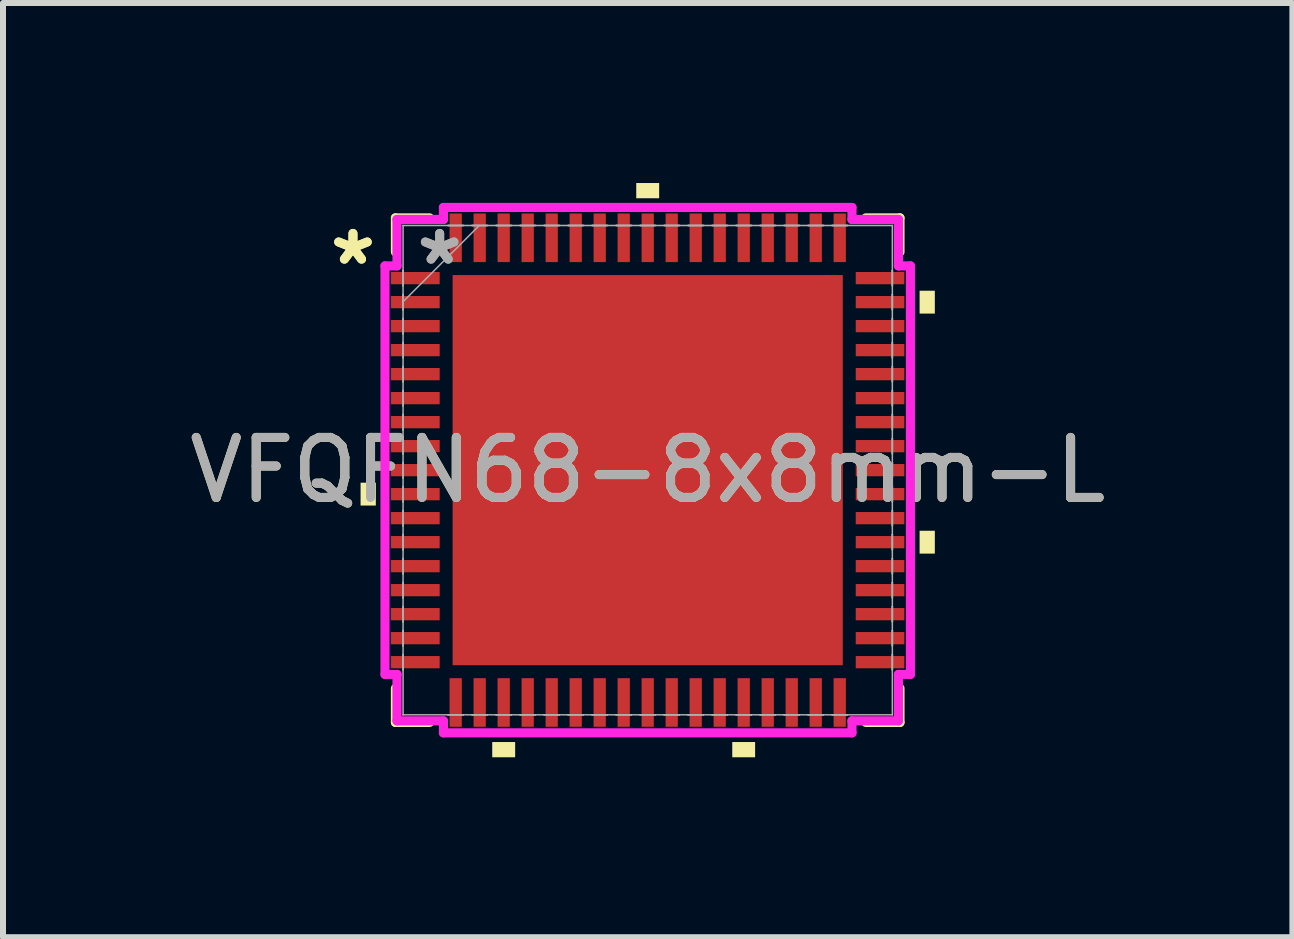
<source format=kicad_pcb>
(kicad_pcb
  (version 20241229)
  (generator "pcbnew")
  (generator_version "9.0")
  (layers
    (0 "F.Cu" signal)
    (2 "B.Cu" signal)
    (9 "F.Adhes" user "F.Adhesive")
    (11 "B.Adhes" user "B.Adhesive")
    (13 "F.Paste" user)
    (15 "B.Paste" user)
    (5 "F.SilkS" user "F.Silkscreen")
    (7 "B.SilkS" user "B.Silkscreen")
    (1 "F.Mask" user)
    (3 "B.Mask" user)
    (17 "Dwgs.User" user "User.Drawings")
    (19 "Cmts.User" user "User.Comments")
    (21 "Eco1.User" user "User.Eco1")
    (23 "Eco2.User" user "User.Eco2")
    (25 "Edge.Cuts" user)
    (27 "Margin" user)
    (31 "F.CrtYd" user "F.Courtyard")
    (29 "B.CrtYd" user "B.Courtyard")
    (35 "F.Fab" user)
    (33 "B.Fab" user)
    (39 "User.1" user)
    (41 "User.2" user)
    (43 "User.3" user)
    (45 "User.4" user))
  (footprint "VFQFN68-8x8mm-L"
    (layer "F.Cu")
    (at 7.744 4.785)
    (property "Reference" "VFQFN68-8x8mm-L" (at 0 0 0) (unlocked yes) (layer "F.SilkS") (effects (font (size 1 1) (thickness 0.15))))
    (attr smd)
    (fp_line (start -4.204 -4.204) (end -4.204 -3.635) (stroke (width 0.152) (type solid)) (layer "F.SilkS"))
    (fp_line (start -4.204 3.635) (end -4.204 4.204) (stroke (width 0.152) (type solid)) (layer "F.SilkS"))
    (fp_line (start -4.204 4.204) (end -3.635 4.204) (stroke (width 0.152) (type solid)) (layer "F.SilkS"))
    (fp_line (start -3.635 -4.204) (end -4.204 -4.204) (stroke (width 0.152) (type solid)) (layer "F.SilkS"))
    (fp_line (start 3.635 4.204) (end 4.204 4.204) (stroke (width 0.152) (type solid)) (layer "F.SilkS"))
    (fp_line (start 4.204 -4.204) (end 3.635 -4.204) (stroke (width 0.152) (type solid)) (layer "F.SilkS"))
    (fp_line (start 4.204 -3.635) (end 4.204 -4.204) (stroke (width 0.152) (type solid)) (layer "F.SilkS"))
    (fp_line (start 4.204 4.204) (end 4.204 3.635) (stroke (width 0.152) (type solid)) (layer "F.SilkS"))
    (fp_poly (pts (xy -4.785 0.209) (xy -4.785 0.59) (xy -4.531 0.59) (xy -4.531 0.209)) (stroke (width 0) (type solid)) (fill yes) (layer "F.SilkS"))
    (fp_poly (pts (xy -2.591 4.531) (xy -2.591 4.785) (xy -2.209 4.785) (xy -2.209 4.531)) (stroke (width 0) (type solid)) (fill yes) (layer "F.SilkS"))
    (fp_poly (pts (xy -0.191 -4.531) (xy -0.191 -4.785) (xy 0.191 -4.785) (xy 0.191 -4.531)) (stroke (width 0) (type solid)) (fill yes) (layer "F.SilkS"))
    (fp_poly (pts (xy 1.409 4.531) (xy 1.409 4.785) (xy 1.79 4.785) (xy 1.79 4.531)) (stroke (width 0) (type solid)) (fill yes) (layer "F.SilkS"))
    (fp_poly (pts (xy 4.785 -2.99) (xy 4.785 -2.609) (xy 4.531 -2.609) (xy 4.531 -2.99)) (stroke (width 0) (type solid)) (fill yes) (layer "F.SilkS"))
    (fp_poly (pts (xy 4.785 1.01) (xy 4.785 1.391) (xy 4.531 1.391) (xy 4.531 1.01)) (stroke (width 0) (type solid)) (fill yes) (layer "F.SilkS"))
    (fp_poly (pts (xy -3.151 -3.151) (xy -3.151 -2.051) (xy -2.051 -2.051) (xy -2.051 -3.151)) (stroke (width 0) (type solid)) (fill yes) (layer "F.Paste"))
    (fp_poly (pts (xy -3.151 -1.851) (xy -3.151 -0.75) (xy -2.051 -0.75) (xy -2.051 -1.851)) (stroke (width 0) (type solid)) (fill yes) (layer "F.Paste"))
    (fp_poly (pts (xy -3.151 -0.55) (xy -3.151 0.55) (xy -2.051 0.55) (xy -2.051 -0.55)) (stroke (width 0) (type solid)) (fill yes) (layer "F.Paste"))
    (fp_poly (pts (xy -3.151 0.75) (xy -3.151 1.851) (xy -2.051 1.851) (xy -2.051 0.75)) (stroke (width 0) (type solid)) (fill yes) (layer "F.Paste"))
    (fp_poly (pts (xy -3.151 2.051) (xy -3.151 3.151) (xy -2.051 3.151) (xy -2.051 2.051)) (stroke (width 0) (type solid)) (fill yes) (layer "F.Paste"))
    (fp_poly (pts (xy -1.851 -3.151) (xy -1.851 -2.051) (xy -0.75 -2.051) (xy -0.75 -3.151)) (stroke (width 0) (type solid)) (fill yes) (layer "F.Paste"))
    (fp_poly (pts (xy -1.851 -1.851) (xy -1.851 -0.75) (xy -0.75 -0.75) (xy -0.75 -1.851)) (stroke (width 0) (type solid)) (fill yes) (layer "F.Paste"))
    (fp_poly (pts (xy -1.851 -0.55) (xy -1.851 0.55) (xy -0.75 0.55) (xy -0.75 -0.55)) (stroke (width 0) (type solid)) (fill yes) (layer "F.Paste"))
    (fp_poly (pts (xy -1.851 0.75) (xy -1.851 1.851) (xy -0.75 1.851) (xy -0.75 0.75)) (stroke (width 0) (type solid)) (fill yes) (layer "F.Paste"))
    (fp_poly (pts (xy -1.851 2.051) (xy -1.851 3.151) (xy -0.75 3.151) (xy -0.75 2.051)) (stroke (width 0) (type solid)) (fill yes) (layer "F.Paste"))
    (fp_poly (pts (xy -0.55 -3.151) (xy -0.55 -2.051) (xy 0.55 -2.051) (xy 0.55 -3.151)) (stroke (width 0) (type solid)) (fill yes) (layer "F.Paste"))
    (fp_poly (pts (xy -0.55 -1.851) (xy -0.55 -0.75) (xy 0.55 -0.75) (xy 0.55 -1.851)) (stroke (width 0) (type solid)) (fill yes) (layer "F.Paste"))
    (fp_poly (pts (xy -0.55 -0.55) (xy -0.55 0.55) (xy 0.55 0.55) (xy 0.55 -0.55)) (stroke (width 0) (type solid)) (fill yes) (layer "F.Paste"))
    (fp_poly (pts (xy -0.55 0.75) (xy -0.55 1.851) (xy 0.55 1.851) (xy 0.55 0.75)) (stroke (width 0) (type solid)) (fill yes) (layer "F.Paste"))
    (fp_poly (pts (xy -0.55 2.051) (xy -0.55 3.151) (xy 0.55 3.151) (xy 0.55 2.051)) (stroke (width 0) (type solid)) (fill yes) (layer "F.Paste"))
    (fp_poly (pts (xy 0.75 -3.151) (xy 0.75 -2.051) (xy 1.851 -2.051) (xy 1.851 -3.151)) (stroke (width 0) (type solid)) (fill yes) (layer "F.Paste"))
    (fp_poly (pts (xy 0.75 -1.851) (xy 0.75 -0.75) (xy 1.851 -0.75) (xy 1.851 -1.851)) (stroke (width 0) (type solid)) (fill yes) (layer "F.Paste"))
    (fp_poly (pts (xy 0.75 -0.55) (xy 0.75 0.55) (xy 1.851 0.55) (xy 1.851 -0.55)) (stroke (width 0) (type solid)) (fill yes) (layer "F.Paste"))
    (fp_poly (pts (xy 0.75 0.75) (xy 0.75 1.851) (xy 1.851 1.851) (xy 1.851 0.75)) (stroke (width 0) (type solid)) (fill yes) (layer "F.Paste"))
    (fp_poly (pts (xy 0.75 2.051) (xy 0.75 3.151) (xy 1.851 3.151) (xy 1.851 2.051)) (stroke (width 0) (type solid)) (fill yes) (layer "F.Paste"))
    (fp_poly (pts (xy 2.051 -3.151) (xy 2.051 -2.051) (xy 3.151 -2.051) (xy 3.151 -3.151)) (stroke (width 0) (type solid)) (fill yes) (layer "F.Paste"))
    (fp_poly (pts (xy 2.051 -1.851) (xy 2.051 -0.75) (xy 3.151 -0.75) (xy 3.151 -1.851)) (stroke (width 0) (type solid)) (fill yes) (layer "F.Paste"))
    (fp_poly (pts (xy 2.051 -0.55) (xy 2.051 0.55) (xy 3.151 0.55) (xy 3.151 -0.55)) (stroke (width 0) (type solid)) (fill yes) (layer "F.Paste"))
    (fp_poly (pts (xy 2.051 0.75) (xy 2.051 1.851) (xy 3.151 1.851) (xy 3.151 0.75)) (stroke (width 0) (type solid)) (fill yes) (layer "F.Paste"))
    (fp_poly (pts (xy 2.051 2.051) (xy 2.051 3.151) (xy 3.151 3.151) (xy 3.151 2.051)) (stroke (width 0) (type solid)) (fill yes) (layer "F.Paste"))
    (fp_line (start -4.378 -3.404) (end -4.178 -3.404) (stroke (width 0.152) (type solid)) (layer "F.CrtYd"))
    (fp_line (start -4.378 3.404) (end -4.378 -3.404) (stroke (width 0.152) (type solid)) (layer "F.CrtYd"))
    (fp_line (start -4.178 -4.178) (end -3.404 -4.178) (stroke (width 0.152) (type solid)) (layer "F.CrtYd"))
    (fp_line (start -4.178 -3.404) (end -4.178 -4.178) (stroke (width 0.152) (type solid)) (layer "F.CrtYd"))
    (fp_line (start -4.178 3.404) (end -4.378 3.404) (stroke (width 0.152) (type solid)) (layer "F.CrtYd"))
    (fp_line (start -4.178 4.178) (end -4.178 3.404) (stroke (width 0.152) (type solid)) (layer "F.CrtYd"))
    (fp_line (start -3.404 -4.378) (end 3.404 -4.378) (stroke (width 0.152) (type solid)) (layer "F.CrtYd"))
    (fp_line (start -3.404 -4.178) (end -3.404 -4.378) (stroke (width 0.152) (type solid)) (layer "F.CrtYd"))
    (fp_line (start -3.404 4.178) (end -4.178 4.178) (stroke (width 0.152) (type solid)) (layer "F.CrtYd"))
    (fp_line (start -3.404 4.378) (end -3.404 4.178) (stroke (width 0.152) (type solid)) (layer "F.CrtYd"))
    (fp_line (start 3.404 -4.378) (end 3.404 -4.178) (stroke (width 0.152) (type solid)) (layer "F.CrtYd"))
    (fp_line (start 3.404 -4.178) (end 4.178 -4.178) (stroke (width 0.152) (type solid)) (layer "F.CrtYd"))
    (fp_line (start 3.404 4.178) (end 3.404 4.378) (stroke (width 0.152) (type solid)) (layer "F.CrtYd"))
    (fp_line (start 3.404 4.378) (end -3.404 4.378) (stroke (width 0.152) (type solid)) (layer "F.CrtYd"))
    (fp_line (start 4.178 -4.178) (end 4.178 -3.404) (stroke (width 0.152) (type solid)) (layer "F.CrtYd"))
    (fp_line (start 4.178 -3.404) (end 4.378 -3.404) (stroke (width 0.152) (type solid)) (layer "F.CrtYd"))
    (fp_line (start 4.178 3.404) (end 4.178 4.178) (stroke (width 0.152) (type solid)) (layer "F.CrtYd"))
    (fp_line (start 4.178 4.178) (end 3.404 4.178) (stroke (width 0.152) (type solid)) (layer "F.CrtYd"))
    (fp_line (start 4.378 -3.404) (end 4.378 3.404) (stroke (width 0.152) (type solid)) (layer "F.CrtYd"))
    (fp_line (start 4.378 3.404) (end 4.178 3.404) (stroke (width 0.152) (type solid)) (layer "F.CrtYd"))
    (fp_line (start -4.077 -4.077) (end -4.077 -4.077) (stroke (width 0.025) (type solid)) (layer "F.Fab"))
    (fp_line (start -4.077 -4.077) (end -4.077 4.077) (stroke (width 0.025) (type solid)) (layer "F.Fab"))
    (fp_line (start -4.077 -3.327) (end -4.077 -3.327) (stroke (width 0.025) (type solid)) (layer "F.Fab"))
    (fp_line (start -4.077 -3.327) (end -4.077 -3.073) (stroke (width 0.025) (type solid)) (layer "F.Fab"))
    (fp_line (start -4.077 -3.073) (end -4.077 -3.327) (stroke (width 0.025) (type solid)) (layer "F.Fab"))
    (fp_line (start -4.077 -3.073) (end -4.077 -3.073) (stroke (width 0.025) (type solid)) (layer "F.Fab"))
    (fp_line (start -4.077 -2.927) (end -4.077 -2.927) (stroke (width 0.025) (type solid)) (layer "F.Fab"))
    (fp_line (start -4.077 -2.927) (end -4.077 -2.673) (stroke (width 0.025) (type solid)) (layer "F.Fab"))
    (fp_line (start -4.077 -2.807) (end -2.807 -4.077) (stroke (width 0.025) (type solid)) (layer "F.Fab"))
    (fp_line (start -4.077 -2.673) (end -4.077 -2.927) (stroke (width 0.025) (type solid)) (layer "F.Fab"))
    (fp_line (start -4.077 -2.673) (end -4.077 -2.673) (stroke (width 0.025) (type solid)) (layer "F.Fab"))
    (fp_line (start -4.077 -2.527) (end -4.077 -2.527) (stroke (width 0.025) (type solid)) (layer "F.Fab"))
    (fp_line (start -4.077 -2.527) (end -4.077 -2.273) (stroke (width 0.025) (type solid)) (layer "F.Fab"))
    (fp_line (start -4.077 -2.273) (end -4.077 -2.527) (stroke (width 0.025) (type solid)) (layer "F.Fab"))
    (fp_line (start -4.077 -2.273) (end -4.077 -2.273) (stroke (width 0.025) (type solid)) (layer "F.Fab"))
    (fp_line (start -4.077 -2.127) (end -4.077 -2.127) (stroke (width 0.025) (type solid)) (layer "F.Fab"))
    (fp_line (start -4.077 -2.127) (end -4.077 -1.873) (stroke (width 0.025) (type solid)) (layer "F.Fab"))
    (fp_line (start -4.077 -1.873) (end -4.077 -2.127) (stroke (width 0.025) (type solid)) (layer "F.Fab"))
    (fp_line (start -4.077 -1.873) (end -4.077 -1.873) (stroke (width 0.025) (type solid)) (layer "F.Fab"))
    (fp_line (start -4.077 -1.727) (end -4.077 -1.727) (stroke (width 0.025) (type solid)) (layer "F.Fab"))
    (fp_line (start -4.077 -1.727) (end -4.077 -1.473) (stroke (width 0.025) (type solid)) (layer "F.Fab"))
    (fp_line (start -4.077 -1.473) (end -4.077 -1.727) (stroke (width 0.025) (type solid)) (layer "F.Fab"))
    (fp_line (start -4.077 -1.473) (end -4.077 -1.473) (stroke (width 0.025) (type solid)) (layer "F.Fab"))
    (fp_line (start -4.077 -1.327) (end -4.077 -1.327) (stroke (width 0.025) (type solid)) (layer "F.Fab"))
    (fp_line (start -4.077 -1.327) (end -4.077 -1.073) (stroke (width 0.025) (type solid)) (layer "F.Fab"))
    (fp_line (start -4.077 -1.073) (end -4.077 -1.327) (stroke (width 0.025) (type solid)) (layer "F.Fab"))
    (fp_line (start -4.077 -1.073) (end -4.077 -1.073) (stroke (width 0.025) (type solid)) (layer "F.Fab"))
    (fp_line (start -4.077 -0.927) (end -4.077 -0.927) (stroke (width 0.025) (type solid)) (layer "F.Fab"))
    (fp_line (start -4.077 -0.927) (end -4.077 -0.673) (stroke (width 0.025) (type solid)) (layer "F.Fab"))
    (fp_line (start -4.077 -0.673) (end -4.077 -0.927) (stroke (width 0.025) (type solid)) (layer "F.Fab"))
    (fp_line (start -4.077 -0.673) (end -4.077 -0.673) (stroke (width 0.025) (type solid)) (layer "F.Fab"))
    (fp_line (start -4.077 -0.527) (end -4.077 -0.527) (stroke (width 0.025) (type solid)) (layer "F.Fab"))
    (fp_line (start -4.077 -0.527) (end -4.077 -0.273) (stroke (width 0.025) (type solid)) (layer "F.Fab"))
    (fp_line (start -4.077 -0.273) (end -4.077 -0.527) (stroke (width 0.025) (type solid)) (layer "F.Fab"))
    (fp_line (start -4.077 -0.273) (end -4.077 -0.273) (stroke (width 0.025) (type solid)) (layer "F.Fab"))
    (fp_line (start -4.077 -0.127) (end -4.077 -0.127) (stroke (width 0.025) (type solid)) (layer "F.Fab"))
    (fp_line (start -4.077 -0.127) (end -4.077 0.127) (stroke (width 0.025) (type solid)) (layer "F.Fab"))
    (fp_line (start -4.077 0.127) (end -4.077 -0.127) (stroke (width 0.025) (type solid)) (layer "F.Fab"))
    (fp_line (start -4.077 0.127) (end -4.077 0.127) (stroke (width 0.025) (type solid)) (layer "F.Fab"))
    (fp_line (start -4.077 0.273) (end -4.077 0.273) (stroke (width 0.025) (type solid)) (layer "F.Fab"))
    (fp_line (start -4.077 0.273) (end -4.077 0.527) (stroke (width 0.025) (type solid)) (layer "F.Fab"))
    (fp_line (start -4.077 0.527) (end -4.077 0.273) (stroke (width 0.025) (type solid)) (layer "F.Fab"))
    (fp_line (start -4.077 0.527) (end -4.077 0.527) (stroke (width 0.025) (type solid)) (layer "F.Fab"))
    (fp_line (start -4.077 0.673) (end -4.077 0.673) (stroke (width 0.025) (type solid)) (layer "F.Fab"))
    (fp_line (start -4.077 0.673) (end -4.077 0.927) (stroke (width 0.025) (type solid)) (layer "F.Fab"))
    (fp_line (start -4.077 0.927) (end -4.077 0.673) (stroke (width 0.025) (type solid)) (layer "F.Fab"))
    (fp_line (start -4.077 0.927) (end -4.077 0.927) (stroke (width 0.025) (type solid)) (layer "F.Fab"))
    (fp_line (start -4.077 1.073) (end -4.077 1.073) (stroke (width 0.025) (type solid)) (layer "F.Fab"))
    (fp_line (start -4.077 1.073) (end -4.077 1.327) (stroke (width 0.025) (type solid)) (layer "F.Fab"))
    (fp_line (start -4.077 1.327) (end -4.077 1.073) (stroke (width 0.025) (type solid)) (layer "F.Fab"))
    (fp_line (start -4.077 1.327) (end -4.077 1.327) (stroke (width 0.025) (type solid)) (layer "F.Fab"))
    (fp_line (start -4.077 1.473) (end -4.077 1.473) (stroke (width 0.025) (type solid)) (layer "F.Fab"))
    (fp_line (start -4.077 1.473) (end -4.077 1.727) (stroke (width 0.025) (type solid)) (layer "F.Fab"))
    (fp_line (start -4.077 1.727) (end -4.077 1.473) (stroke (width 0.025) (type solid)) (layer "F.Fab"))
    (fp_line (start -4.077 1.727) (end -4.077 1.727) (stroke (width 0.025) (type solid)) (layer "F.Fab"))
    (fp_line (start -4.077 1.873) (end -4.077 1.873) (stroke (width 0.025) (type solid)) (layer "F.Fab"))
    (fp_line (start -4.077 1.873) (end -4.077 2.127) (stroke (width 0.025) (type solid)) (layer "F.Fab"))
    (fp_line (start -4.077 2.127) (end -4.077 1.873) (stroke (width 0.025) (type solid)) (layer "F.Fab"))
    (fp_line (start -4.077 2.127) (end -4.077 2.127) (stroke (width 0.025) (type solid)) (layer "F.Fab"))
    (fp_line (start -4.077 2.273) (end -4.077 2.273) (stroke (width 0.025) (type solid)) (layer "F.Fab"))
    (fp_line (start -4.077 2.273) (end -4.077 2.527) (stroke (width 0.025) (type solid)) (layer "F.Fab"))
    (fp_line (start -4.077 2.527) (end -4.077 2.273) (stroke (width 0.025) (type solid)) (layer "F.Fab"))
    (fp_line (start -4.077 2.527) (end -4.077 2.527) (stroke (width 0.025) (type solid)) (layer "F.Fab"))
    (fp_line (start -4.077 2.673) (end -4.077 2.673) (stroke (width 0.025) (type solid)) (layer "F.Fab"))
    (fp_line (start -4.077 2.673) (end -4.077 2.927) (stroke (width 0.025) (type solid)) (layer "F.Fab"))
    (fp_line (start -4.077 2.927) (end -4.077 2.673) (stroke (width 0.025) (type solid)) (layer "F.Fab"))
    (fp_line (start -4.077 2.927) (end -4.077 2.927) (stroke (width 0.025) (type solid)) (layer "F.Fab"))
    (fp_line (start -4.077 3.073) (end -4.077 3.073) (stroke (width 0.025) (type solid)) (layer "F.Fab"))
    (fp_line (start -4.077 3.073) (end -4.077 3.327) (stroke (width 0.025) (type solid)) (layer "F.Fab"))
    (fp_line (start -4.077 3.327) (end -4.077 3.073) (stroke (width 0.025) (type solid)) (layer "F.Fab"))
    (fp_line (start -4.077 3.327) (end -4.077 3.327) (stroke (width 0.025) (type solid)) (layer "F.Fab"))
    (fp_line (start -4.077 4.077) (end -4.077 4.077) (stroke (width 0.025) (type solid)) (layer "F.Fab"))
    (fp_line (start -4.077 4.077) (end 4.077 4.077) (stroke (width 0.025) (type solid)) (layer "F.Fab"))
    (fp_line (start -3.327 -4.077) (end -3.327 -4.077) (stroke (width 0.025) (type solid)) (layer "F.Fab"))
    (fp_line (start -3.327 -4.077) (end -3.073 -4.077) (stroke (width 0.025) (type solid)) (layer "F.Fab"))
    (fp_line (start -3.327 4.077) (end -3.327 4.077) (stroke (width 0.025) (type solid)) (layer "F.Fab"))
    (fp_line (start -3.327 4.077) (end -3.073 4.077) (stroke (width 0.025) (type solid)) (layer "F.Fab"))
    (fp_line (start -3.073 -4.077) (end -3.327 -4.077) (stroke (width 0.025) (type solid)) (layer "F.Fab"))
    (fp_line (start -3.073 -4.077) (end -3.073 -4.077) (stroke (width 0.025) (type solid)) (layer "F.Fab"))
    (fp_line (start -3.073 4.077) (end -3.327 4.077) (stroke (width 0.025) (type solid)) (layer "F.Fab"))
    (fp_line (start -3.073 4.077) (end -3.073 4.077) (stroke (width 0.025) (type solid)) (layer "F.Fab"))
    (fp_line (start -2.927 -4.077) (end -2.927 -4.077) (stroke (width 0.025) (type solid)) (layer "F.Fab"))
    (fp_line (start -2.927 -4.077) (end -2.673 -4.077) (stroke (width 0.025) (type solid)) (layer "F.Fab"))
    (fp_line (start -2.927 4.077) (end -2.927 4.077) (stroke (width 0.025) (type solid)) (layer "F.Fab"))
    (fp_line (start -2.927 4.077) (end -2.673 4.077) (stroke (width 0.025) (type solid)) (layer "F.Fab"))
    (fp_line (start -2.673 -4.077) (end -2.927 -4.077) (stroke (width 0.025) (type solid)) (layer "F.Fab"))
    (fp_line (start -2.673 -4.077) (end -2.673 -4.077) (stroke (width 0.025) (type solid)) (layer "F.Fab"))
    (fp_line (start -2.673 4.077) (end -2.927 4.077) (stroke (width 0.025) (type solid)) (layer "F.Fab"))
    (fp_line (start -2.673 4.077) (end -2.673 4.077) (stroke (width 0.025) (type solid)) (layer "F.Fab"))
    (fp_line (start -2.527 -4.077) (end -2.527 -4.077) (stroke (width 0.025) (type solid)) (layer "F.Fab"))
    (fp_line (start -2.527 -4.077) (end -2.273 -4.077) (stroke (width 0.025) (type solid)) (layer "F.Fab"))
    (fp_line (start -2.527 4.077) (end -2.527 4.077) (stroke (width 0.025) (type solid)) (layer "F.Fab"))
    (fp_line (start -2.527 4.077) (end -2.273 4.077) (stroke (width 0.025) (type solid)) (layer "F.Fab"))
    (fp_line (start -2.273 -4.077) (end -2.527 -4.077) (stroke (width 0.025) (type solid)) (layer "F.Fab"))
    (fp_line (start -2.273 -4.077) (end -2.273 -4.077) (stroke (width 0.025) (type solid)) (layer "F.Fab"))
    (fp_line (start -2.273 4.077) (end -2.527 4.077) (stroke (width 0.025) (type solid)) (layer "F.Fab"))
    (fp_line (start -2.273 4.077) (end -2.273 4.077) (stroke (width 0.025) (type solid)) (layer "F.Fab"))
    (fp_line (start -2.127 -4.077) (end -2.127 -4.077) (stroke (width 0.025) (type solid)) (layer "F.Fab"))
    (fp_line (start -2.127 -4.077) (end -1.873 -4.077) (stroke (width 0.025) (type solid)) (layer "F.Fab"))
    (fp_line (start -2.127 4.077) (end -2.127 4.077) (stroke (width 0.025) (type solid)) (layer "F.Fab"))
    (fp_line (start -2.127 4.077) (end -1.873 4.077) (stroke (width 0.025) (type solid)) (layer "F.Fab"))
    (fp_line (start -1.873 -4.077) (end -2.127 -4.077) (stroke (width 0.025) (type solid)) (layer "F.Fab"))
    (fp_line (start -1.873 -4.077) (end -1.873 -4.077) (stroke (width 0.025) (type solid)) (layer "F.Fab"))
    (fp_line (start -1.873 4.077) (end -2.127 4.077) (stroke (width 0.025) (type solid)) (layer "F.Fab"))
    (fp_line (start -1.873 4.077) (end -1.873 4.077) (stroke (width 0.025) (type solid)) (layer "F.Fab"))
    (fp_line (start -1.727 -4.077) (end -1.727 -4.077) (stroke (width 0.025) (type solid)) (layer "F.Fab"))
    (fp_line (start -1.727 -4.077) (end -1.473 -4.077) (stroke (width 0.025) (type solid)) (layer "F.Fab"))
    (fp_line (start -1.727 4.077) (end -1.727 4.077) (stroke (width 0.025) (type solid)) (layer "F.Fab"))
    (fp_line (start -1.727 4.077) (end -1.473 4.077) (stroke (width 0.025) (type solid)) (layer "F.Fab"))
    (fp_line (start -1.473 -4.077) (end -1.727 -4.077) (stroke (width 0.025) (type solid)) (layer "F.Fab"))
    (fp_line (start -1.473 -4.077) (end -1.473 -4.077) (stroke (width 0.025) (type solid)) (layer "F.Fab"))
    (fp_line (start -1.473 4.077) (end -1.727 4.077) (stroke (width 0.025) (type solid)) (layer "F.Fab"))
    (fp_line (start -1.473 4.077) (end -1.473 4.077) (stroke (width 0.025) (type solid)) (layer "F.Fab"))
    (fp_line (start -1.327 -4.077) (end -1.327 -4.077) (stroke (width 0.025) (type solid)) (layer "F.Fab"))
    (fp_line (start -1.327 -4.077) (end -1.073 -4.077) (stroke (width 0.025) (type solid)) (layer "F.Fab"))
    (fp_line (start -1.327 4.077) (end -1.327 4.077) (stroke (width 0.025) (type solid)) (layer "F.Fab"))
    (fp_line (start -1.327 4.077) (end -1.073 4.077) (stroke (width 0.025) (type solid)) (layer "F.Fab"))
    (fp_line (start -1.073 -4.077) (end -1.327 -4.077) (stroke (width 0.025) (type solid)) (layer "F.Fab"))
    (fp_line (start -1.073 -4.077) (end -1.073 -4.077) (stroke (width 0.025) (type solid)) (layer "F.Fab"))
    (fp_line (start -1.073 4.077) (end -1.327 4.077) (stroke (width 0.025) (type solid)) (layer "F.Fab"))
    (fp_line (start -1.073 4.077) (end -1.073 4.077) (stroke (width 0.025) (type solid)) (layer "F.Fab"))
    (fp_line (start -0.927 -4.077) (end -0.927 -4.077) (stroke (width 0.025) (type solid)) (layer "F.Fab"))
    (fp_line (start -0.927 -4.077) (end -0.673 -4.077) (stroke (width 0.025) (type solid)) (layer "F.Fab"))
    (fp_line (start -0.927 4.077) (end -0.927 4.077) (stroke (width 0.025) (type solid)) (layer "F.Fab"))
    (fp_line (start -0.927 4.077) (end -0.673 4.077) (stroke (width 0.025) (type solid)) (layer "F.Fab"))
    (fp_line (start -0.673 -4.077) (end -0.927 -4.077) (stroke (width 0.025) (type solid)) (layer "F.Fab"))
    (fp_line (start -0.673 -4.077) (end -0.673 -4.077) (stroke (width 0.025) (type solid)) (layer "F.Fab"))
    (fp_line (start -0.673 4.077) (end -0.927 4.077) (stroke (width 0.025) (type solid)) (layer "F.Fab"))
    (fp_line (start -0.673 4.077) (end -0.673 4.077) (stroke (width 0.025) (type solid)) (layer "F.Fab"))
    (fp_line (start -0.527 -4.077) (end -0.527 -4.077) (stroke (width 0.025) (type solid)) (layer "F.Fab"))
    (fp_line (start -0.527 -4.077) (end -0.273 -4.077) (stroke (width 0.025) (type solid)) (layer "F.Fab"))
    (fp_line (start -0.527 4.077) (end -0.527 4.077) (stroke (width 0.025) (type solid)) (layer "F.Fab"))
    (fp_line (start -0.527 4.077) (end -0.273 4.077) (stroke (width 0.025) (type solid)) (layer "F.Fab"))
    (fp_line (start -0.273 -4.077) (end -0.527 -4.077) (stroke (width 0.025) (type solid)) (layer "F.Fab"))
    (fp_line (start -0.273 -4.077) (end -0.273 -4.077) (stroke (width 0.025) (type solid)) (layer "F.Fab"))
    (fp_line (start -0.273 4.077) (end -0.527 4.077) (stroke (width 0.025) (type solid)) (layer "F.Fab"))
    (fp_line (start -0.273 4.077) (end -0.273 4.077) (stroke (width 0.025) (type solid)) (layer "F.Fab"))
    (fp_line (start -0.127 -4.077) (end -0.127 -4.077) (stroke (width 0.025) (type solid)) (layer "F.Fab"))
    (fp_line (start -0.127 -4.077) (end 0.127 -4.077) (stroke (width 0.025) (type solid)) (layer "F.Fab"))
    (fp_line (start -0.127 4.077) (end -0.127 4.077) (stroke (width 0.025) (type solid)) (layer "F.Fab"))
    (fp_line (start -0.127 4.077) (end 0.127 4.077) (stroke (width 0.025) (type solid)) (layer "F.Fab"))
    (fp_line (start 0.127 -4.077) (end -0.127 -4.077) (stroke (width 0.025) (type solid)) (layer "F.Fab"))
    (fp_line (start 0.127 -4.077) (end 0.127 -4.077) (stroke (width 0.025) (type solid)) (layer "F.Fab"))
    (fp_line (start 0.127 4.077) (end -0.127 4.077) (stroke (width 0.025) (type solid)) (layer "F.Fab"))
    (fp_line (start 0.127 4.077) (end 0.127 4.077) (stroke (width 0.025) (type solid)) (layer "F.Fab"))
    (fp_line (start 0.273 -4.077) (end 0.273 -4.077) (stroke (width 0.025) (type solid)) (layer "F.Fab"))
    (fp_line (start 0.273 -4.077) (end 0.527 -4.077) (stroke (width 0.025) (type solid)) (layer "F.Fab"))
    (fp_line (start 0.273 4.077) (end 0.273 4.077) (stroke (width 0.025) (type solid)) (layer "F.Fab"))
    (fp_line (start 0.273 4.077) (end 0.527 4.077) (stroke (width 0.025) (type solid)) (layer "F.Fab"))
    (fp_line (start 0.527 -4.077) (end 0.273 -4.077) (stroke (width 0.025) (type solid)) (layer "F.Fab"))
    (fp_line (start 0.527 -4.077) (end 0.527 -4.077) (stroke (width 0.025) (type solid)) (layer "F.Fab"))
    (fp_line (start 0.527 4.077) (end 0.273 4.077) (stroke (width 0.025) (type solid)) (layer "F.Fab"))
    (fp_line (start 0.527 4.077) (end 0.527 4.077) (stroke (width 0.025) (type solid)) (layer "F.Fab"))
    (fp_line (start 0.673 -4.077) (end 0.673 -4.077) (stroke (width 0.025) (type solid)) (layer "F.Fab"))
    (fp_line (start 0.673 -4.077) (end 0.927 -4.077) (stroke (width 0.025) (type solid)) (layer "F.Fab"))
    (fp_line (start 0.673 4.077) (end 0.673 4.077) (stroke (width 0.025) (type solid)) (layer "F.Fab"))
    (fp_line (start 0.673 4.077) (end 0.927 4.077) (stroke (width 0.025) (type solid)) (layer "F.Fab"))
    (fp_line (start 0.927 -4.077) (end 0.673 -4.077) (stroke (width 0.025) (type solid)) (layer "F.Fab"))
    (fp_line (start 0.927 -4.077) (end 0.927 -4.077) (stroke (width 0.025) (type solid)) (layer "F.Fab"))
    (fp_line (start 0.927 4.077) (end 0.673 4.077) (stroke (width 0.025) (type solid)) (layer "F.Fab"))
    (fp_line (start 0.927 4.077) (end 0.927 4.077) (stroke (width 0.025) (type solid)) (layer "F.Fab"))
    (fp_line (start 1.073 -4.077) (end 1.073 -4.077) (stroke (width 0.025) (type solid)) (layer "F.Fab"))
    (fp_line (start 1.073 -4.077) (end 1.327 -4.077) (stroke (width 0.025) (type solid)) (layer "F.Fab"))
    (fp_line (start 1.073 4.077) (end 1.073 4.077) (stroke (width 0.025) (type solid)) (layer "F.Fab"))
    (fp_line (start 1.073 4.077) (end 1.327 4.077) (stroke (width 0.025) (type solid)) (layer "F.Fab"))
    (fp_line (start 1.327 -4.077) (end 1.073 -4.077) (stroke (width 0.025) (type solid)) (layer "F.Fab"))
    (fp_line (start 1.327 -4.077) (end 1.327 -4.077) (stroke (width 0.025) (type solid)) (layer "F.Fab"))
    (fp_line (start 1.327 4.077) (end 1.073 4.077) (stroke (width 0.025) (type solid)) (layer "F.Fab"))
    (fp_line (start 1.327 4.077) (end 1.327 4.077) (stroke (width 0.025) (type solid)) (layer "F.Fab"))
    (fp_line (start 1.473 -4.077) (end 1.473 -4.077) (stroke (width 0.025) (type solid)) (layer "F.Fab"))
    (fp_line (start 1.473 -4.077) (end 1.727 -4.077) (stroke (width 0.025) (type solid)) (layer "F.Fab"))
    (fp_line (start 1.473 4.077) (end 1.473 4.077) (stroke (width 0.025) (type solid)) (layer "F.Fab"))
    (fp_line (start 1.473 4.077) (end 1.727 4.077) (stroke (width 0.025) (type solid)) (layer "F.Fab"))
    (fp_line (start 1.727 -4.077) (end 1.473 -4.077) (stroke (width 0.025) (type solid)) (layer "F.Fab"))
    (fp_line (start 1.727 -4.077) (end 1.727 -4.077) (stroke (width 0.025) (type solid)) (layer "F.Fab"))
    (fp_line (start 1.727 4.077) (end 1.473 4.077) (stroke (width 0.025) (type solid)) (layer "F.Fab"))
    (fp_line (start 1.727 4.077) (end 1.727 4.077) (stroke (width 0.025) (type solid)) (layer "F.Fab"))
    (fp_line (start 1.873 -4.077) (end 1.873 -4.077) (stroke (width 0.025) (type solid)) (layer "F.Fab"))
    (fp_line (start 1.873 -4.077) (end 2.127 -4.077) (stroke (width 0.025) (type solid)) (layer "F.Fab"))
    (fp_line (start 1.873 4.077) (end 1.873 4.077) (stroke (width 0.025) (type solid)) (layer "F.Fab"))
    (fp_line (start 1.873 4.077) (end 2.127 4.077) (stroke (width 0.025) (type solid)) (layer "F.Fab"))
    (fp_line (start 2.127 -4.077) (end 1.873 -4.077) (stroke (width 0.025) (type solid)) (layer "F.Fab"))
    (fp_line (start 2.127 -4.077) (end 2.127 -4.077) (stroke (width 0.025) (type solid)) (layer "F.Fab"))
    (fp_line (start 2.127 4.077) (end 1.873 4.077) (stroke (width 0.025) (type solid)) (layer "F.Fab"))
    (fp_line (start 2.127 4.077) (end 2.127 4.077) (stroke (width 0.025) (type solid)) (layer "F.Fab"))
    (fp_line (start 2.273 -4.077) (end 2.273 -4.077) (stroke (width 0.025) (type solid)) (layer "F.Fab"))
    (fp_line (start 2.273 -4.077) (end 2.527 -4.077) (stroke (width 0.025) (type solid)) (layer "F.Fab"))
    (fp_line (start 2.273 4.077) (end 2.273 4.077) (stroke (width 0.025) (type solid)) (layer "F.Fab"))
    (fp_line (start 2.273 4.077) (end 2.527 4.077) (stroke (width 0.025) (type solid)) (layer "F.Fab"))
    (fp_line (start 2.527 -4.077) (end 2.273 -4.077) (stroke (width 0.025) (type solid)) (layer "F.Fab"))
    (fp_line (start 2.527 -4.077) (end 2.527 -4.077) (stroke (width 0.025) (type solid)) (layer "F.Fab"))
    (fp_line (start 2.527 4.077) (end 2.273 4.077) (stroke (width 0.025) (type solid)) (layer "F.Fab"))
    (fp_line (start 2.527 4.077) (end 2.527 4.077) (stroke (width 0.025) (type solid)) (layer "F.Fab"))
    (fp_line (start 2.673 -4.077) (end 2.673 -4.077) (stroke (width 0.025) (type solid)) (layer "F.Fab"))
    (fp_line (start 2.673 -4.077) (end 2.927 -4.077) (stroke (width 0.025) (type solid)) (layer "F.Fab"))
    (fp_line (start 2.673 4.077) (end 2.673 4.077) (stroke (width 0.025) (type solid)) (layer "F.Fab"))
    (fp_line (start 2.673 4.077) (end 2.927 4.077) (stroke (width 0.025) (type solid)) (layer "F.Fab"))
    (fp_line (start 2.927 -4.077) (end 2.673 -4.077) (stroke (width 0.025) (type solid)) (layer "F.Fab"))
    (fp_line (start 2.927 -4.077) (end 2.927 -4.077) (stroke (width 0.025) (type solid)) (layer "F.Fab"))
    (fp_line (start 2.927 4.077) (end 2.673 4.077) (stroke (width 0.025) (type solid)) (layer "F.Fab"))
    (fp_line (start 2.927 4.077) (end 2.927 4.077) (stroke (width 0.025) (type solid)) (layer "F.Fab"))
    (fp_line (start 3.073 -4.077) (end 3.073 -4.077) (stroke (width 0.025) (type solid)) (layer "F.Fab"))
    (fp_line (start 3.073 -4.077) (end 3.327 -4.077) (stroke (width 0.025) (type solid)) (layer "F.Fab"))
    (fp_line (start 3.073 4.077) (end 3.073 4.077) (stroke (width 0.025) (type solid)) (layer "F.Fab"))
    (fp_line (start 3.073 4.077) (end 3.327 4.077) (stroke (width 0.025) (type solid)) (layer "F.Fab"))
    (fp_line (start 3.327 -4.077) (end 3.073 -4.077) (stroke (width 0.025) (type solid)) (layer "F.Fab"))
    (fp_line (start 3.327 -4.077) (end 3.327 -4.077) (stroke (width 0.025) (type solid)) (layer "F.Fab"))
    (fp_line (start 3.327 4.077) (end 3.073 4.077) (stroke (width 0.025) (type solid)) (layer "F.Fab"))
    (fp_line (start 3.327 4.077) (end 3.327 4.077) (stroke (width 0.025) (type solid)) (layer "F.Fab"))
    (fp_line (start 4.077 -4.077) (end -4.077 -4.077) (stroke (width 0.025) (type solid)) (layer "F.Fab"))
    (fp_line (start 4.077 -4.077) (end 4.077 -4.077) (stroke (width 0.025) (type solid)) (layer "F.Fab"))
    (fp_line (start 4.077 -3.327) (end 4.077 -3.327) (stroke (width 0.025) (type solid)) (layer "F.Fab"))
    (fp_line (start 4.077 -3.327) (end 4.077 -3.073) (stroke (width 0.025) (type solid)) (layer "F.Fab"))
    (fp_line (start 4.077 -3.073) (end 4.077 -3.327) (stroke (width 0.025) (type solid)) (layer "F.Fab"))
    (fp_line (start 4.077 -3.073) (end 4.077 -3.073) (stroke (width 0.025) (type solid)) (layer "F.Fab"))
    (fp_line (start 4.077 -2.927) (end 4.077 -2.927) (stroke (width 0.025) (type solid)) (layer "F.Fab"))
    (fp_line (start 4.077 -2.927) (end 4.077 -2.673) (stroke (width 0.025) (type solid)) (layer "F.Fab"))
    (fp_line (start 4.077 -2.673) (end 4.077 -2.927) (stroke (width 0.025) (type solid)) (layer "F.Fab"))
    (fp_line (start 4.077 -2.673) (end 4.077 -2.673) (stroke (width 0.025) (type solid)) (layer "F.Fab"))
    (fp_line (start 4.077 -2.527) (end 4.077 -2.527) (stroke (width 0.025) (type solid)) (layer "F.Fab"))
    (fp_line (start 4.077 -2.527) (end 4.077 -2.273) (stroke (width 0.025) (type solid)) (layer "F.Fab"))
    (fp_line (start 4.077 -2.273) (end 4.077 -2.527) (stroke (width 0.025) (type solid)) (layer "F.Fab"))
    (fp_line (start 4.077 -2.273) (end 4.077 -2.273) (stroke (width 0.025) (type solid)) (layer "F.Fab"))
    (fp_line (start 4.077 -2.127) (end 4.077 -2.127) (stroke (width 0.025) (type solid)) (layer "F.Fab"))
    (fp_line (start 4.077 -2.127) (end 4.077 -1.873) (stroke (width 0.025) (type solid)) (layer "F.Fab"))
    (fp_line (start 4.077 -1.873) (end 4.077 -2.127) (stroke (width 0.025) (type solid)) (layer "F.Fab"))
    (fp_line (start 4.077 -1.873) (end 4.077 -1.873) (stroke (width 0.025) (type solid)) (layer "F.Fab"))
    (fp_line (start 4.077 -1.727) (end 4.077 -1.727) (stroke (width 0.025) (type solid)) (layer "F.Fab"))
    (fp_line (start 4.077 -1.727) (end 4.077 -1.473) (stroke (width 0.025) (type solid)) (layer "F.Fab"))
    (fp_line (start 4.077 -1.473) (end 4.077 -1.727) (stroke (width 0.025) (type solid)) (layer "F.Fab"))
    (fp_line (start 4.077 -1.473) (end 4.077 -1.473) (stroke (width 0.025) (type solid)) (layer "F.Fab"))
    (fp_line (start 4.077 -1.327) (end 4.077 -1.327) (stroke (width 0.025) (type solid)) (layer "F.Fab"))
    (fp_line (start 4.077 -1.327) (end 4.077 -1.073) (stroke (width 0.025) (type solid)) (layer "F.Fab"))
    (fp_line (start 4.077 -1.073) (end 4.077 -1.327) (stroke (width 0.025) (type solid)) (layer "F.Fab"))
    (fp_line (start 4.077 -1.073) (end 4.077 -1.073) (stroke (width 0.025) (type solid)) (layer "F.Fab"))
    (fp_line (start 4.077 -0.927) (end 4.077 -0.927) (stroke (width 0.025) (type solid)) (layer "F.Fab"))
    (fp_line (start 4.077 -0.927) (end 4.077 -0.673) (stroke (width 0.025) (type solid)) (layer "F.Fab"))
    (fp_line (start 4.077 -0.673) (end 4.077 -0.927) (stroke (width 0.025) (type solid)) (layer "F.Fab"))
    (fp_line (start 4.077 -0.673) (end 4.077 -0.673) (stroke (width 0.025) (type solid)) (layer "F.Fab"))
    (fp_line (start 4.077 -0.527) (end 4.077 -0.527) (stroke (width 0.025) (type solid)) (layer "F.Fab"))
    (fp_line (start 4.077 -0.527) (end 4.077 -0.273) (stroke (width 0.025) (type solid)) (layer "F.Fab"))
    (fp_line (start 4.077 -0.273) (end 4.077 -0.527) (stroke (width 0.025) (type solid)) (layer "F.Fab"))
    (fp_line (start 4.077 -0.273) (end 4.077 -0.273) (stroke (width 0.025) (type solid)) (layer "F.Fab"))
    (fp_line (start 4.077 -0.127) (end 4.077 -0.127) (stroke (width 0.025) (type solid)) (layer "F.Fab"))
    (fp_line (start 4.077 -0.127) (end 4.077 0.127) (stroke (width 0.025) (type solid)) (layer "F.Fab"))
    (fp_line (start 4.077 0.127) (end 4.077 -0.127) (stroke (width 0.025) (type solid)) (layer "F.Fab"))
    (fp_line (start 4.077 0.127) (end 4.077 0.127) (stroke (width 0.025) (type solid)) (layer "F.Fab"))
    (fp_line (start 4.077 0.273) (end 4.077 0.273) (stroke (width 0.025) (type solid)) (layer "F.Fab"))
    (fp_line (start 4.077 0.273) (end 4.077 0.527) (stroke (width 0.025) (type solid)) (layer "F.Fab"))
    (fp_line (start 4.077 0.527) (end 4.077 0.273) (stroke (width 0.025) (type solid)) (layer "F.Fab"))
    (fp_line (start 4.077 0.527) (end 4.077 0.527) (stroke (width 0.025) (type solid)) (layer "F.Fab"))
    (fp_line (start 4.077 0.673) (end 4.077 0.673) (stroke (width 0.025) (type solid)) (layer "F.Fab"))
    (fp_line (start 4.077 0.673) (end 4.077 0.927) (stroke (width 0.025) (type solid)) (layer "F.Fab"))
    (fp_line (start 4.077 0.927) (end 4.077 0.673) (stroke (width 0.025) (type solid)) (layer "F.Fab"))
    (fp_line (start 4.077 0.927) (end 4.077 0.927) (stroke (width 0.025) (type solid)) (layer "F.Fab"))
    (fp_line (start 4.077 1.073) (end 4.077 1.073) (stroke (width 0.025) (type solid)) (layer "F.Fab"))
    (fp_line (start 4.077 1.073) (end 4.077 1.327) (stroke (width 0.025) (type solid)) (layer "F.Fab"))
    (fp_line (start 4.077 1.327) (end 4.077 1.073) (stroke (width 0.025) (type solid)) (layer "F.Fab"))
    (fp_line (start 4.077 1.327) (end 4.077 1.327) (stroke (width 0.025) (type solid)) (layer "F.Fab"))
    (fp_line (start 4.077 1.473) (end 4.077 1.473) (stroke (width 0.025) (type solid)) (layer "F.Fab"))
    (fp_line (start 4.077 1.473) (end 4.077 1.727) (stroke (width 0.025) (type solid)) (layer "F.Fab"))
    (fp_line (start 4.077 1.727) (end 4.077 1.473) (stroke (width 0.025) (type solid)) (layer "F.Fab"))
    (fp_line (start 4.077 1.727) (end 4.077 1.727) (stroke (width 0.025) (type solid)) (layer "F.Fab"))
    (fp_line (start 4.077 1.873) (end 4.077 1.873) (stroke (width 0.025) (type solid)) (layer "F.Fab"))
    (fp_line (start 4.077 1.873) (end 4.077 2.127) (stroke (width 0.025) (type solid)) (layer "F.Fab"))
    (fp_line (start 4.077 2.127) (end 4.077 1.873) (stroke (width 0.025) (type solid)) (layer "F.Fab"))
    (fp_line (start 4.077 2.127) (end 4.077 2.127) (stroke (width 0.025) (type solid)) (layer "F.Fab"))
    (fp_line (start 4.077 2.273) (end 4.077 2.273) (stroke (width 0.025) (type solid)) (layer "F.Fab"))
    (fp_line (start 4.077 2.273) (end 4.077 2.527) (stroke (width 0.025) (type solid)) (layer "F.Fab"))
    (fp_line (start 4.077 2.527) (end 4.077 2.273) (stroke (width 0.025) (type solid)) (layer "F.Fab"))
    (fp_line (start 4.077 2.527) (end 4.077 2.527) (stroke (width 0.025) (type solid)) (layer "F.Fab"))
    (fp_line (start 4.077 2.673) (end 4.077 2.673) (stroke (width 0.025) (type solid)) (layer "F.Fab"))
    (fp_line (start 4.077 2.673) (end 4.077 2.927) (stroke (width 0.025) (type solid)) (layer "F.Fab"))
    (fp_line (start 4.077 2.927) (end 4.077 2.673) (stroke (width 0.025) (type solid)) (layer "F.Fab"))
    (fp_line (start 4.077 2.927) (end 4.077 2.927) (stroke (width 0.025) (type solid)) (layer "F.Fab"))
    (fp_line (start 4.077 3.073) (end 4.077 3.073) (stroke (width 0.025) (type solid)) (layer "F.Fab"))
    (fp_line (start 4.077 3.073) (end 4.077 3.327) (stroke (width 0.025) (type solid)) (layer "F.Fab"))
    (fp_line (start 4.077 3.327) (end 4.077 3.073) (stroke (width 0.025) (type solid)) (layer "F.Fab"))
    (fp_line (start 4.077 3.327) (end 4.077 3.327) (stroke (width 0.025) (type solid)) (layer "F.Fab"))
    (fp_line (start 4.077 4.077) (end 4.077 -4.077) (stroke (width 0.025) (type solid)) (layer "F.Fab"))
    (fp_line (start 4.077 4.077) (end 4.077 4.077) (stroke (width 0.025) (type solid)) (layer "F.Fab"))
    (fp_text user "*" (at -4.912 -3.4 0) (layer "F.SilkS") (effects (font (size 1 1) (thickness 0.15))))
    (fp_text user "*" (at -4.912 -3.4 0) (unlocked yes) (layer "F.SilkS") (effects (font (size 1 1) (thickness 0.15))))
    (fp_text user "*" (at -3.467 -3.4 0) (layer "F.Fab") (effects (font (size 1 1) (thickness 0.15))))
    (fp_text user "${REFERENCE}" (at 0 0 0) (unlocked yes) (layer "F.Fab") (effects (font (size 1 1) (thickness 0.15))))
    (fp_text user "*" (at -3.467 -3.4 0) (unlocked yes) (layer "F.Fab") (effects (font (size 1 1) (thickness 0.15))))
    (pad "1" smd rect (at -3.872 -3.2 90) (size 0.204 0.81) (layers "F.Cu" "F.Mask" "F.Paste"))
    (pad "2" smd rect (at -3.872 -2.8 90) (size 0.204 0.81) (layers "F.Cu" "F.Mask" "F.Paste"))
    (pad "3" smd rect (at -3.872 -2.4 90) (size 0.204 0.81) (layers "F.Cu" "F.Mask" "F.Paste"))
    (pad "4" smd rect (at -3.872 -2 90) (size 0.204 0.81) (layers "F.Cu" "F.Mask" "F.Paste"))
    (pad "5" smd rect (at -3.872 -1.6 90) (size 0.204 0.81) (layers "F.Cu" "F.Mask" "F.Paste"))
    (pad "6" smd rect (at -3.872 -1.2 90) (size 0.204 0.81) (layers "F.Cu" "F.Mask" "F.Paste"))
    (pad "7" smd rect (at -3.872 -0.8 90) (size 0.204 0.81) (layers "F.Cu" "F.Mask" "F.Paste"))
    (pad "8" smd rect (at -3.872 -0.4 90) (size 0.204 0.81) (layers "F.Cu" "F.Mask" "F.Paste"))
    (pad "9" smd rect (at -3.872 0 90) (size 0.204 0.81) (layers "F.Cu" "F.Mask" "F.Paste"))
    (pad "10" smd rect (at -3.872 0.4 90) (size 0.204 0.81) (layers "F.Cu" "F.Mask" "F.Paste"))
    (pad "11" smd rect (at -3.872 0.8 90) (size 0.204 0.81) (layers "F.Cu" "F.Mask" "F.Paste"))
    (pad "12" smd rect (at -3.872 1.2 90) (size 0.204 0.81) (layers "F.Cu" "F.Mask" "F.Paste"))
    (pad "13" smd rect (at -3.872 1.6 90) (size 0.204 0.81) (layers "F.Cu" "F.Mask" "F.Paste"))
    (pad "14" smd rect (at -3.872 2 90) (size 0.204 0.81) (layers "F.Cu" "F.Mask" "F.Paste"))
    (pad "15" smd rect (at -3.872 2.4 90) (size 0.204 0.81) (layers "F.Cu" "F.Mask" "F.Paste"))
    (pad "16" smd rect (at -3.872 2.8 90) (size 0.204 0.81) (layers "F.Cu" "F.Mask" "F.Paste"))
    (pad "17" smd rect (at -3.872 3.2 90) (size 0.204 0.81) (layers "F.Cu" "F.Mask" "F.Paste"))
    (pad "18" smd rect (at -3.2 3.872) (size 0.204 0.81) (layers "F.Cu" "F.Mask" "F.Paste"))
    (pad "19" smd rect (at -2.8 3.872) (size 0.204 0.81) (layers "F.Cu" "F.Mask" "F.Paste"))
    (pad "20" smd rect (at -2.4 3.872) (size 0.204 0.81) (layers "F.Cu" "F.Mask" "F.Paste"))
    (pad "21" smd rect (at -2 3.872) (size 0.204 0.81) (layers "F.Cu" "F.Mask" "F.Paste"))
    (pad "22" smd rect (at -1.6 3.872) (size 0.204 0.81) (layers "F.Cu" "F.Mask" "F.Paste"))
    (pad "23" smd rect (at -1.2 3.872) (size 0.204 0.81) (layers "F.Cu" "F.Mask" "F.Paste"))
    (pad "24" smd rect (at -0.8 3.872) (size 0.204 0.81) (layers "F.Cu" "F.Mask" "F.Paste"))
    (pad "25" smd rect (at -0.4 3.872) (size 0.204 0.81) (layers "F.Cu" "F.Mask" "F.Paste"))
    (pad "26" smd rect (at 0 3.872) (size 0.204 0.81) (layers "F.Cu" "F.Mask" "F.Paste"))
    (pad "27" smd rect (at 0.4 3.872) (size 0.204 0.81) (layers "F.Cu" "F.Mask" "F.Paste"))
    (pad "28" smd rect (at 0.8 3.872) (size 0.204 0.81) (layers "F.Cu" "F.Mask" "F.Paste"))
    (pad "29" smd rect (at 1.2 3.872) (size 0.204 0.81) (layers "F.Cu" "F.Mask" "F.Paste"))
    (pad "30" smd rect (at 1.6 3.872) (size 0.204 0.81) (layers "F.Cu" "F.Mask" "F.Paste"))
    (pad "31" smd rect (at 2 3.872) (size 0.204 0.81) (layers "F.Cu" "F.Mask" "F.Paste"))
    (pad "32" smd rect (at 2.4 3.872) (size 0.204 0.81) (layers "F.Cu" "F.Mask" "F.Paste"))
    (pad "33" smd rect (at 2.8 3.872) (size 0.204 0.81) (layers "F.Cu" "F.Mask" "F.Paste"))
    (pad "34" smd rect (at 3.2 3.872) (size 0.204 0.81) (layers "F.Cu" "F.Mask" "F.Paste"))
    (pad "35" smd rect (at 3.872 3.2 90) (size 0.204 0.81) (layers "F.Cu" "F.Mask" "F.Paste"))
    (pad "36" smd rect (at 3.872 2.8 90) (size 0.204 0.81) (layers "F.Cu" "F.Mask" "F.Paste"))
    (pad "37" smd rect (at 3.872 2.4 90) (size 0.204 0.81) (layers "F.Cu" "F.Mask" "F.Paste"))
    (pad "38" smd rect (at 3.872 2 90) (size 0.204 0.81) (layers "F.Cu" "F.Mask" "F.Paste"))
    (pad "39" smd rect (at 3.872 1.6 90) (size 0.204 0.81) (layers "F.Cu" "F.Mask" "F.Paste"))
    (pad "40" smd rect (at 3.872 1.2 90) (size 0.204 0.81) (layers "F.Cu" "F.Mask" "F.Paste"))
    (pad "41" smd rect (at 3.872 0.8 90) (size 0.204 0.81) (layers "F.Cu" "F.Mask" "F.Paste"))
    (pad "42" smd rect (at 3.872 0.4 90) (size 0.204 0.81) (layers "F.Cu" "F.Mask" "F.Paste"))
    (pad "43" smd rect (at 3.872 0 90) (size 0.204 0.81) (layers "F.Cu" "F.Mask" "F.Paste"))
    (pad "44" smd rect (at 3.872 -0.4 90) (size 0.204 0.81) (layers "F.Cu" "F.Mask" "F.Paste"))
    (pad "45" smd rect (at 3.872 -0.8 90) (size 0.204 0.81) (layers "F.Cu" "F.Mask" "F.Paste"))
    (pad "46" smd rect (at 3.872 -1.2 90) (size 0.204 0.81) (layers "F.Cu" "F.Mask" "F.Paste"))
    (pad "47" smd rect (at 3.872 -1.6 90) (size 0.204 0.81) (layers "F.Cu" "F.Mask" "F.Paste"))
    (pad "48" smd rect (at 3.872 -2 90) (size 0.204 0.81) (layers "F.Cu" "F.Mask" "F.Paste"))
    (pad "49" smd rect (at 3.872 -2.4 90) (size 0.204 0.81) (layers "F.Cu" "F.Mask" "F.Paste"))
    (pad "50" smd rect (at 3.872 -2.8 90) (size 0.204 0.81) (layers "F.Cu" "F.Mask" "F.Paste"))
    (pad "51" smd rect (at 3.872 -3.2 90) (size 0.204 0.81) (layers "F.Cu" "F.Mask" "F.Paste"))
    (pad "52" smd rect (at 3.2 -3.872) (size 0.204 0.81) (layers "F.Cu" "F.Mask" "F.Paste"))
    (pad "53" smd rect (at 2.8 -3.872) (size 0.204 0.81) (layers "F.Cu" "F.Mask" "F.Paste"))
    (pad "54" smd rect (at 2.4 -3.872) (size 0.204 0.81) (layers "F.Cu" "F.Mask" "F.Paste"))
    (pad "55" smd rect (at 2 -3.872) (size 0.204 0.81) (layers "F.Cu" "F.Mask" "F.Paste"))
    (pad "56" smd rect (at 1.6 -3.872) (size 0.204 0.81) (layers "F.Cu" "F.Mask" "F.Paste"))
    (pad "57" smd rect (at 1.2 -3.872) (size 0.204 0.81) (layers "F.Cu" "F.Mask" "F.Paste"))
    (pad "58" smd rect (at 0.8 -3.872) (size 0.204 0.81) (layers "F.Cu" "F.Mask" "F.Paste"))
    (pad "59" smd rect (at 0.4 -3.872) (size 0.204 0.81) (layers "F.Cu" "F.Mask" "F.Paste"))
    (pad "60" smd rect (at 0 -3.872) (size 0.204 0.81) (layers "F.Cu" "F.Mask" "F.Paste"))
    (pad "61" smd rect (at -0.4 -3.872) (size 0.204 0.81) (layers "F.Cu" "F.Mask" "F.Paste"))
    (pad "62" smd rect (at -0.8 -3.872) (size 0.204 0.81) (layers "F.Cu" "F.Mask" "F.Paste"))
    (pad "63" smd rect (at -1.2 -3.872) (size 0.204 0.81) (layers "F.Cu" "F.Mask" "F.Paste"))
    (pad "64" smd rect (at -1.6 -3.872) (size 0.204 0.81) (layers "F.Cu" "F.Mask" "F.Paste"))
    (pad "65" smd rect (at -2 -3.872) (size 0.204 0.81) (layers "F.Cu" "F.Mask" "F.Paste"))
    (pad "66" smd rect (at -2.4 -3.872) (size 0.204 0.81) (layers "F.Cu" "F.Mask" "F.Paste"))
    (pad "67" smd rect (at -2.8 -3.872) (size 0.204 0.81) (layers "F.Cu" "F.Mask" "F.Paste"))
    (pad "68" smd rect (at -3.2 -3.872) (size 0.204 0.81) (layers "F.Cu" "F.Mask" "F.Paste"))
    (pad "69" smd rect (at 0 0) (size 6.502 6.502) (layers "F.Cu" "F.Mask")))
  (gr_rect
    (start -3 -3)
    (end 18.488 12.569)
    (stroke (width 0.1) (type default))
    (fill no)
    (layer "Edge.Cuts")))
</source>
